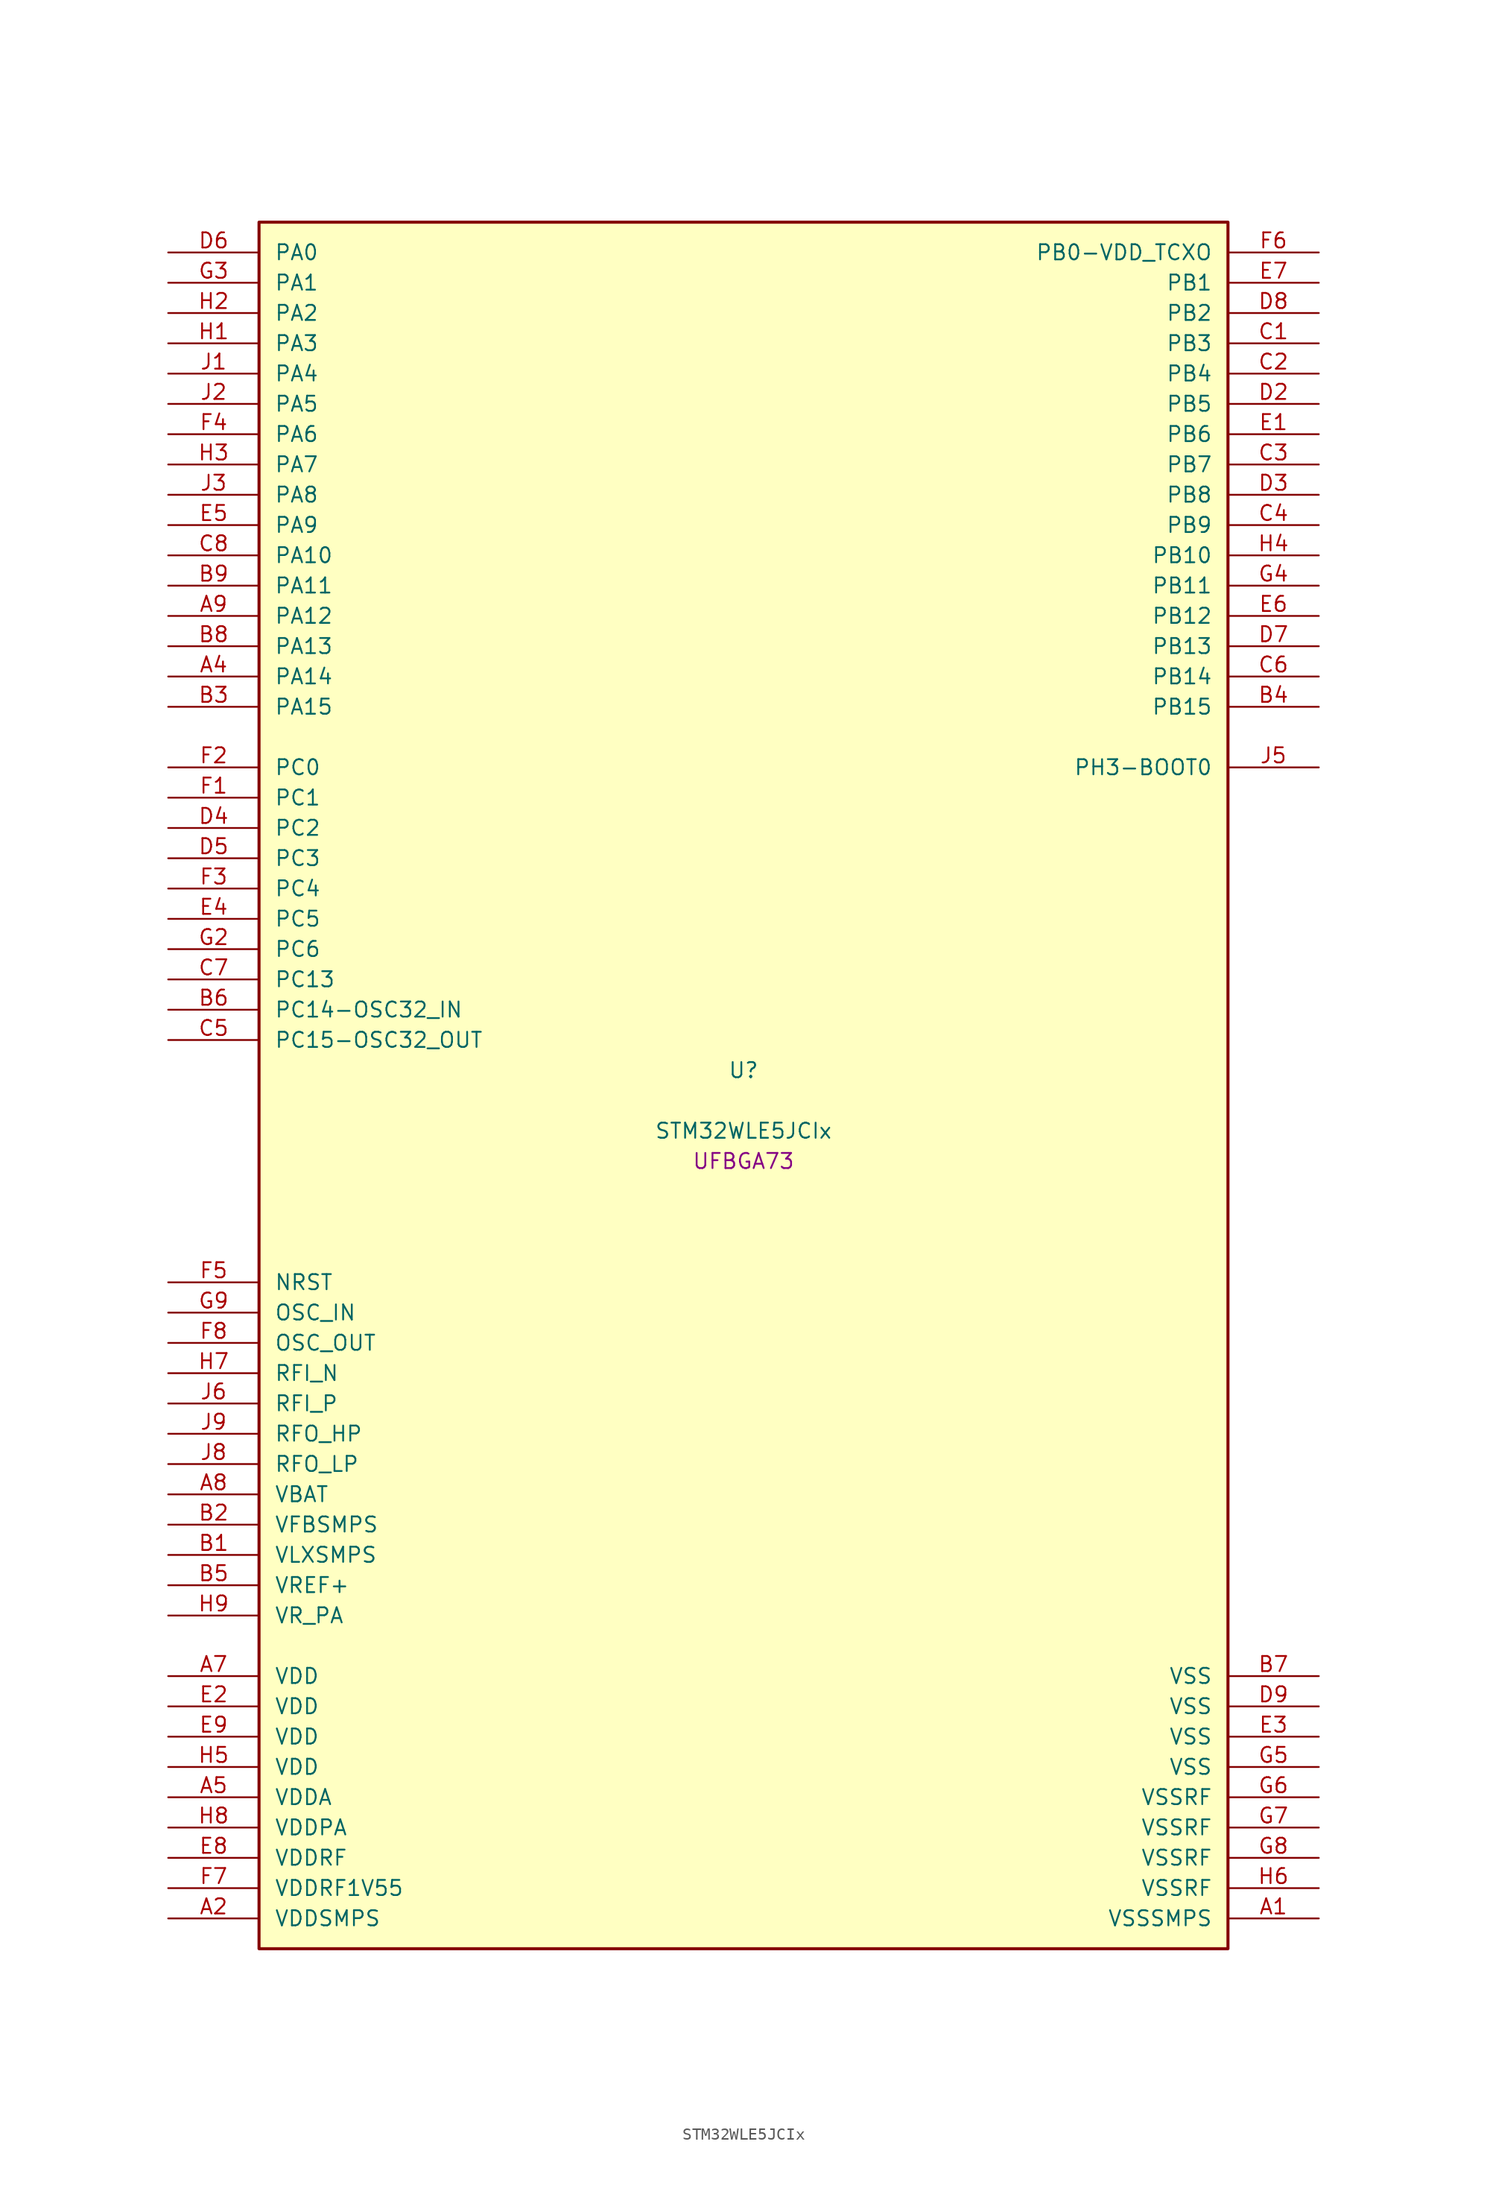
<source format=kicad_sym>
(kicad_symbol_lib
  (version 20241209)
  (generator "stm32_pkl_generator")
  (generator_version "1.0")
  (symbol "STM32WLE5JCIx"
    (pin_names
      (offset 1.27))
    (property "Reference" "U"
      (at 0 2.54 0))
    (property "Value" "STM32WLE5JCIx"
      (at 0 -2.54 0))
    (property "Footprint" "UFBGA73"
      (at 0 -5.08 0))
    (symbol "STM32WLE5JCIx_1_1"
      (rectangle (start -40.64 73.66) (end 40.64 -71.12) (stroke (width 0.254) (type solid)) (fill (type background)))
      (pin bidirectional line (at -48.26 71.12 0) (length 7.62) (name "PA0") (number "D6") (alternate "PA0/COMP1_OUT" bidirectional line) (alternate "PA0/DEBUG_PWR-REGLP1S" bidirectional line) (alternate "PA0/I2C3_SMBA" bidirectional line) (alternate "PA0/I2S_CKIN" bidirectional line) (alternate "PA0/PWR_WKUP1" bidirectional line) (alternate "PA0/RTC_TAMP_IN2" bidirectional line) (alternate "PA0/TIM2_CH1" bidirectional line) (alternate "PA0/TIM2_ETR" bidirectional line) (alternate "PA0/USART2_CTS" bidirectional line) (alternate "PA0/USART2_NSS" bidirectional line))
      (pin bidirectional line (at -48.26 68.58 0) (length 7.62) (name "PA1") (number "G3") (alternate "PA1/DEBUG_PWR-REGLP2S" bidirectional line) (alternate "PA1/I2C1_SMBA" bidirectional line) (alternate "PA1/LPTIM3_OUT" bidirectional line) (alternate "PA1/LPUART1_RTS" bidirectional line) (alternate "PA1/SPI1_SCK" bidirectional line) (alternate "PA1/TIM2_CH2" bidirectional line) (alternate "PA1/USART2_DE" bidirectional line) (alternate "PA1/USART2_RTS" bidirectional line))
      (pin bidirectional line (at -48.26 66.04 0) (length 7.62) (name "PA2") (number "H2") (alternate "PA2/COMP2_OUT" bidirectional line) (alternate "PA2/DEBUG_PWR-LDORDY" bidirectional line) (alternate "PA2/LPUART1_TX" bidirectional line) (alternate "PA2/RCC_LSCO" bidirectional line) (alternate "PA2/TIM2_CH3" bidirectional line) (alternate "PA2/USART2_TX" bidirectional line))
      (pin bidirectional line (at -48.26 63.5 0) (length 7.62) (name "PA3") (number "H1") (alternate "PA3/I2S2_MCK" bidirectional line) (alternate "PA3/LPUART1_RX" bidirectional line) (alternate "PA3/TIM2_CH4" bidirectional line) (alternate "PA3/USART2_RX" bidirectional line))
      (pin bidirectional line (at -48.26 60.96 0) (length 7.62) (name "PA4") (number "J1") (alternate "PA4/DEBUG_SUBGHZSPI-NSSOUT" bidirectional line) (alternate "PA4/LPTIM1_OUT" bidirectional line) (alternate "PA4/LPTIM2_OUT" bidirectional line) (alternate "PA4/RTC_OUT2" bidirectional line) (alternate "PA4/SPI1_NSS" bidirectional line) (alternate "PA4/USART2_CK" bidirectional line))
      (pin bidirectional line (at -48.26 58.42 0) (length 7.62) (name "PA5") (number "J2") (alternate "PA5/DEBUG_SUBGHZSPI-SCKOUT" bidirectional line) (alternate "PA5/LPTIM2_ETR" bidirectional line) (alternate "PA5/SPI1_SCK" bidirectional line) (alternate "PA5/SPI2_MISO" bidirectional line) (alternate "PA5/TIM2_CH1" bidirectional line) (alternate "PA5/TIM2_ETR" bidirectional line))
      (pin bidirectional line (at -48.26 55.88 0) (length 7.62) (name "PA6") (number "F4") (alternate "PA6/DEBUG_SUBGHZSPI-MISOOUT" bidirectional line) (alternate "PA6/I2C2_SMBA" bidirectional line) (alternate "PA6/LPUART1_CTS" bidirectional line) (alternate "PA6/SPI1_MISO" bidirectional line) (alternate "PA6/TIM16_CH1" bidirectional line) (alternate "PA6/TIM1_BKIN" bidirectional line))
      (pin bidirectional line (at -48.26 53.34 0) (length 7.62) (name "PA7") (number "H3") (alternate "PA7/COMP2_OUT" bidirectional line) (alternate "PA7/DEBUG_SUBGHZSPI-MOSIOUT" bidirectional line) (alternate "PA7/I2C3_SCL" bidirectional line) (alternate "PA7/SPI1_MOSI" bidirectional line) (alternate "PA7/TIM17_CH1" bidirectional line) (alternate "PA7/TIM1_CH1N" bidirectional line))
      (pin bidirectional line (at -48.26 50.8 0) (length 7.62) (name "PA8") (number "J3") (alternate "PA8/I2S2_CK" bidirectional line) (alternate "PA8/LPTIM2_OUT" bidirectional line) (alternate "PA8/RCC_MCO" bidirectional line) (alternate "PA8/SPI2_SCK" bidirectional line) (alternate "PA8/TIM1_CH1" bidirectional line) (alternate "PA8/USART1_CK" bidirectional line))
      (pin bidirectional line (at -48.26 48.26 0) (length 7.62) (name "PA9") (number "E5") (alternate "PA9/DAC_EXTI9" bidirectional line) (alternate "PA9/I2C1_SCL" bidirectional line) (alternate "PA9/I2S2_CK" bidirectional line) (alternate "PA9/I2S2_WS" bidirectional line) (alternate "PA9/SPI2_NSS" bidirectional line) (alternate "PA9/SPI2_SCK" bidirectional line) (alternate "PA9/TIM1_CH2" bidirectional line) (alternate "PA9/USART1_TX" bidirectional line))
      (pin bidirectional line (at -48.26 45.72 0) (length 7.62) (name "PA10") (number "C8") (alternate "PA10/ADC_IN6" bidirectional line) (alternate "PA10/COMP1_INM" bidirectional line) (alternate "PA10/COMP2_INM" bidirectional line) (alternate "PA10/DAC_OUT1" bidirectional line) (alternate "PA10/DEBUG_RF-HSE32RDY" bidirectional line) (alternate "PA10/I2C1_SDA" bidirectional line) (alternate "PA10/I2S2_SD" bidirectional line) (alternate "PA10/RTC_REFIN" bidirectional line) (alternate "PA10/SPI2_MOSI" bidirectional line) (alternate "PA10/TIM17_BKIN" bidirectional line) (alternate "PA10/TIM1_CH3" bidirectional line) (alternate "PA10/USART1_RX" bidirectional line))
      (pin bidirectional line (at -48.26 43.18 0) (length 7.62) (name "PA11") (number "B9") (alternate "PA11/ADC_EXTI11" bidirectional line) (alternate "PA11/ADC_IN7" bidirectional line) (alternate "PA11/COMP1_INM" bidirectional line) (alternate "PA11/COMP2_INM" bidirectional line) (alternate "PA11/DEBUG_RF-NRESET" bidirectional line) (alternate "PA11/I2C2_SDA" bidirectional line) (alternate "PA11/LPTIM3_ETR" bidirectional line) (alternate "PA11/SPI1_MISO" bidirectional line) (alternate "PA11/TIM1_BKIN2" bidirectional line) (alternate "PA11/TIM1_CH4" bidirectional line) (alternate "PA11/USART1_CTS" bidirectional line) (alternate "PA11/USART1_NSS" bidirectional line))
      (pin bidirectional line (at -48.26 40.64 0) (length 7.62) (name "PA12") (number "A9") (alternate "PA12/ADC_IN8" bidirectional line) (alternate "PA12/DEBUG_RF-BUSY" bidirectional line) (alternate "PA12/I2C2_SCL" bidirectional line) (alternate "PA12/LPTIM3_IN1" bidirectional line) (alternate "PA12/SPI1_MOSI" bidirectional line) (alternate "PA12/TIM1_ETR" bidirectional line) (alternate "PA12/USART1_DE" bidirectional line) (alternate "PA12/USART1_RTS" bidirectional line))
      (pin bidirectional line (at -48.26 38.1 0) (length 7.62) (name "PA13") (number "B8") (alternate "PA13/ADC_IN9" bidirectional line) (alternate "PA13/DEBUG_JTMS-SWDIO" bidirectional line) (alternate "PA13/I2C2_SMBA" bidirectional line) (alternate "PA13/IR_OUT" bidirectional line))
      (pin bidirectional line (at -48.26 35.56 0) (length 7.62) (name "PA14") (number "A4") (alternate "PA14/ADC_IN10" bidirectional line) (alternate "PA14/DEBUG_JTCK-SWCLK" bidirectional line) (alternate "PA14/I2C1_SMBA" bidirectional line) (alternate "PA14/LPTIM1_OUT" bidirectional line))
      (pin bidirectional line (at -48.26 33.02 0) (length 7.62) (name "PA15") (number "B3") (alternate "PA15/ADC_IN11" bidirectional line) (alternate "PA15/COMP1_INM" bidirectional line) (alternate "PA15/COMP2_INP" bidirectional line) (alternate "PA15/DEBUG_JTDI" bidirectional line) (alternate "PA15/I2C2_SDA" bidirectional line) (alternate "PA15/SPI1_NSS" bidirectional line) (alternate "PA15/TIM2_CH1" bidirectional line) (alternate "PA15/TIM2_ETR" bidirectional line))
      (pin bidirectional line (at 48.26 71.12 180) (length 7.62) (name "PB0-VDD_TCXO") (number "F6") (alternate "PB0-VDD_TCXO/COMP1_OUT" bidirectional line) (alternate "PB0-VDD_TCXO/VDDTCXO" bidirectional line))
      (pin bidirectional line (at 48.26 68.58 180) (length 7.62) (name "PB1") (number "E7") (alternate "PB1/ADC_IN5" bidirectional line) (alternate "PB1/COMP2_INP" bidirectional line) (alternate "PB1/LPTIM2_IN1" bidirectional line) (alternate "PB1/LPUART1_DE" bidirectional line) (alternate "PB1/LPUART1_RTS" bidirectional line))
      (pin bidirectional line (at 48.26 66.04 180) (length 7.62) (name "PB2") (number "D8") (alternate "PB2/ADC_IN4" bidirectional line) (alternate "PB2/COMP1_INP" bidirectional line) (alternate "PB2/COMP2_INM" bidirectional line) (alternate "PB2/DEBUG_RF-SMPSRDY" bidirectional line) (alternate "PB2/I2C3_SMBA" bidirectional line) (alternate "PB2/LPTIM1_OUT" bidirectional line) (alternate "PB2/SPI1_NSS" bidirectional line))
      (pin bidirectional line (at 48.26 63.5 180) (length 7.62) (name "PB3") (number "C1") (alternate "PB3/ADC_IN2" bidirectional line) (alternate "PB3/COMP1_INM" bidirectional line) (alternate "PB3/COMP2_INM" bidirectional line) (alternate "PB3/DEBUG_JTDO-SWO" bidirectional line) (alternate "PB3/DEBUG_RF-DTB1" bidirectional line) (alternate "PB3/PWR_WKUP3" bidirectional line) (alternate "PB3/RTC_TAMP_IN3" bidirectional line) (alternate "PB3/SPI1_SCK" bidirectional line) (alternate "PB3/TIM2_CH2" bidirectional line) (alternate "PB3/USART1_DE" bidirectional line) (alternate "PB3/USART1_RTS" bidirectional line))
      (pin bidirectional line (at 48.26 60.96 180) (length 7.62) (name "PB4") (number "C2") (alternate "PB4/ADC_IN3" bidirectional line) (alternate "PB4/COMP1_INP" bidirectional line) (alternate "PB4/COMP2_INP" bidirectional line) (alternate "PB4/DEBUG_JTRST" bidirectional line) (alternate "PB4/DEBUG_RF-LDORDY" bidirectional line) (alternate "PB4/I2C3_SDA" bidirectional line) (alternate "PB4/SPI1_MISO" bidirectional line) (alternate "PB4/TIM17_BKIN" bidirectional line) (alternate "PB4/USART1_CTS" bidirectional line) (alternate "PB4/USART1_NSS" bidirectional line))
      (pin bidirectional line (at 48.26 58.42 180) (length 7.62) (name "PB5") (number "D2") (alternate "PB5/COMP2_OUT" bidirectional line) (alternate "PB5/I2C1_SMBA" bidirectional line) (alternate "PB5/LPTIM1_IN1" bidirectional line) (alternate "PB5/SPI1_MOSI" bidirectional line) (alternate "PB5/TIM16_BKIN" bidirectional line) (alternate "PB5/USART1_CK" bidirectional line))
      (pin bidirectional line (at 48.26 55.88 180) (length 7.62) (name "PB6") (number "E1") (alternate "PB6/I2C1_SCL" bidirectional line) (alternate "PB6/LPTIM1_ETR" bidirectional line) (alternate "PB6/TIM16_CH1N" bidirectional line) (alternate "PB6/USART1_TX" bidirectional line))
      (pin bidirectional line (at 48.26 53.34 180) (length 7.62) (name "PB7") (number "C3") (alternate "PB7/I2C1_SDA" bidirectional line) (alternate "PB7/LPTIM1_IN2" bidirectional line) (alternate "PB7/PWR_PVD_IN" bidirectional line) (alternate "PB7/TIM17_CH1N" bidirectional line) (alternate "PB7/TIM1_BKIN" bidirectional line) (alternate "PB7/USART1_RX" bidirectional line))
      (pin bidirectional line (at 48.26 50.8 180) (length 7.62) (name "PB8") (number "D3") (alternate "PB8/I2C1_SCL" bidirectional line) (alternate "PB8/TIM16_CH1" bidirectional line) (alternate "PB8/TIM1_CH2N" bidirectional line))
      (pin bidirectional line (at 48.26 48.26 180) (length 7.62) (name "PB9") (number "C4") (alternate "PB9/DAC_EXTI9" bidirectional line) (alternate "PB9/I2C1_SDA" bidirectional line) (alternate "PB9/I2S2_WS" bidirectional line) (alternate "PB9/IR_OUT" bidirectional line) (alternate "PB9/SPI2_NSS" bidirectional line) (alternate "PB9/TIM17_CH1" bidirectional line) (alternate "PB9/TIM1_CH3N" bidirectional line))
      (pin bidirectional line (at 48.26 45.72 180) (length 7.62) (name "PB10") (number "H4") (alternate "PB10/COMP1_OUT" bidirectional line) (alternate "PB10/I2C3_SCL" bidirectional line) (alternate "PB10/I2S2_CK" bidirectional line) (alternate "PB10/LPUART1_RX" bidirectional line) (alternate "PB10/SPI2_SCK" bidirectional line) (alternate "PB10/TIM2_CH3" bidirectional line))
      (pin bidirectional line (at 48.26 43.18 180) (length 7.62) (name "PB11") (number "G4") (alternate "PB11/ADC_EXTI11" bidirectional line) (alternate "PB11/COMP2_OUT" bidirectional line) (alternate "PB11/I2C3_SDA" bidirectional line) (alternate "PB11/LPUART1_TX" bidirectional line) (alternate "PB11/TIM2_CH4" bidirectional line))
      (pin bidirectional line (at 48.26 40.64 180) (length 7.62) (name "PB12") (number "E6") (alternate "PB12/I2C3_SMBA" bidirectional line) (alternate "PB12/I2S2_WS" bidirectional line) (alternate "PB12/LPUART1_RTS" bidirectional line) (alternate "PB12/SPI2_NSS" bidirectional line) (alternate "PB12/TIM1_BKIN" bidirectional line))
      (pin bidirectional line (at 48.26 38.1 180) (length 7.62) (name "PB13") (number "D7") (alternate "PB13/ADC_IN0" bidirectional line) (alternate "PB13/I2C3_SCL" bidirectional line) (alternate "PB13/I2S2_CK" bidirectional line) (alternate "PB13/LPUART1_CTS" bidirectional line) (alternate "PB13/SPI2_SCK" bidirectional line) (alternate "PB13/TIM1_CH1N" bidirectional line))
      (pin bidirectional line (at 48.26 35.56 180) (length 7.62) (name "PB14") (number "C6") (alternate "PB14/ADC_IN1" bidirectional line) (alternate "PB14/I2C3_SDA" bidirectional line) (alternate "PB14/I2S2_MCK" bidirectional line) (alternate "PB14/SPI2_MISO" bidirectional line) (alternate "PB14/TIM1_CH2N" bidirectional line))
      (pin bidirectional line (at 48.26 33.02 180) (length 7.62) (name "PB15") (number "B4") (alternate "PB15/I2C2_SCL" bidirectional line) (alternate "PB15/I2S2_SD" bidirectional line) (alternate "PB15/SPI2_MOSI" bidirectional line) (alternate "PB15/TIM1_CH3N" bidirectional line))
      (pin bidirectional line (at -48.26 27.94 0) (length 7.62) (name "PC0") (number "F2") (alternate "PC0/I2C3_SCL" bidirectional line) (alternate "PC0/LPTIM1_IN1" bidirectional line) (alternate "PC0/LPTIM2_IN1" bidirectional line) (alternate "PC0/LPUART1_RX" bidirectional line))
      (pin bidirectional line (at -48.26 25.4 0) (length 7.62) (name "PC1") (number "F1") (alternate "PC1/I2C3_SDA" bidirectional line) (alternate "PC1/I2S2_SD" bidirectional line) (alternate "PC1/LPTIM1_OUT" bidirectional line) (alternate "PC1/LPUART1_TX" bidirectional line) (alternate "PC1/SPI2_MOSI" bidirectional line))
      (pin bidirectional line (at -48.26 22.86 0) (length 7.62) (name "PC2") (number "D4") (alternate "PC2/LPTIM1_IN2" bidirectional line) (alternate "PC2/SPI2_MISO" bidirectional line))
      (pin bidirectional line (at -48.26 20.32 0) (length 7.62) (name "PC3") (number "D5") (alternate "PC3/I2S2_SD" bidirectional line) (alternate "PC3/LPTIM1_ETR" bidirectional line) (alternate "PC3/LPTIM2_ETR" bidirectional line) (alternate "PC3/SPI2_MOSI" bidirectional line))
      (pin bidirectional line (at -48.26 17.78 0) (length 7.62) (name "PC4") (number "F3"))
      (pin bidirectional line (at -48.26 15.24 0) (length 7.62) (name "PC5") (number "E4"))
      (pin bidirectional line (at -48.26 12.7 0) (length 7.62) (name "PC6") (number "G2") (alternate "PC6/I2S2_MCK" bidirectional line))
      (pin bidirectional line (at -48.26 10.16 0) (length 7.62) (name "PC13") (number "C7") (alternate "PC13/PWR_WKUP2" bidirectional line) (alternate "PC13/RTC_OUT1" bidirectional line) (alternate "PC13/RTC_TAMP_IN1" bidirectional line) (alternate "PC13/RTC_TS" bidirectional line))
      (pin bidirectional line (at -48.26 7.62 0) (length 7.62) (name "PC14-OSC32_IN") (number "B6") (alternate "PC14-OSC32_IN/RCC_OSC32_IN" bidirectional line))
      (pin bidirectional line (at -48.26 5.08 0) (length 7.62) (name "PC15-OSC32_OUT") (number "C5") (alternate "PC15-OSC32_OUT/RCC_OSC32_OUT" bidirectional line))
      (pin bidirectional line (at 48.26 27.94 180) (length 7.62) (name "PH3-BOOT0") (number "J5"))
      (pin input line (at -48.26 -15.24 0) (length 7.62) (name "NRST") (number "F5"))
      (pin bidirectional line (at -48.26 -17.78 0) (length 7.62) (name "OSC_IN") (number "G9") (alternate "OSC_IN/RCC_OSC_IN" bidirectional line))
      (pin bidirectional line (at -48.26 -20.32 0) (length 7.62) (name "OSC_OUT") (number "F8") (alternate "OSC_OUT/RCC_OSC_OUT" bidirectional line))
      (pin bidirectional line (at -48.26 -22.86 0) (length 7.62) (name "RFI_N") (number "H7"))
      (pin bidirectional line (at -48.26 -25.4 0) (length 7.62) (name "RFI_P") (number "J6"))
      (pin bidirectional line (at -48.26 -27.94 0) (length 7.62) (name "RFO_HP") (number "J9"))
      (pin bidirectional line (at -48.26 -30.48 0) (length 7.62) (name "RFO_LP") (number "J8"))
      (pin power_in line (at -48.26 -33.02 0) (length 7.62) (name "VBAT") (number "A8"))
      (pin power_in line (at -48.26 -35.56 0) (length 7.62) (name "VFBSMPS") (number "B2"))
      (pin power_in line (at -48.26 -38.1 0) (length 7.62) (name "VLXSMPS") (number "B1"))
      (pin bidirectional line (at -48.26 -40.64 0) (length 7.62) (name "VREF+") (number "B5") (alternate "VREF+/VREFBUF_OUT" bidirectional line))
      (pin power_in line (at -48.26 -43.18 0) (length 7.62) (name "VR_PA") (number "H9"))
      (pin power_in line (at -48.26 -48.26 0) (length 7.62) (name "VDD") (number "A7"))
      (pin power_in line (at -48.26 -50.8 0) (length 7.62) (name "VDD") (number "E2"))
      (pin power_in line (at -48.26 -53.34 0) (length 7.62) (name "VDD") (number "E9"))
      (pin power_in line (at -48.26 -55.88 0) (length 7.62) (name "VDD") (number "H5"))
      (pin power_in line (at -48.26 -58.42 0) (length 7.62) (name "VDDA") (number "A5"))
      (pin power_in line (at -48.26 -60.96 0) (length 7.62) (name "VDDPA") (number "H8"))
      (pin power_in line (at -48.26 -63.5 0) (length 7.62) (name "VDDRF") (number "E8"))
      (pin power_in line (at -48.26 -66.04 0) (length 7.62) (name "VDDRF1V55") (number "F7"))
      (pin power_in line (at -48.26 -68.58 0) (length 7.62) (name "VDDSMPS") (number "A2"))
      (pin power_in line (at 48.26 -48.26 180) (length 7.62) (name "VSS") (number "B7"))
      (pin power_in line (at 48.26 -50.8 180) (length 7.62) (name "VSS") (number "D9"))
      (pin power_in line (at 48.26 -53.34 180) (length 7.62) (name "VSS") (number "E3"))
      (pin power_in line (at 48.26 -55.88 180) (length 7.62) (name "VSS") (number "G5"))
      (pin power_in line (at 48.26 -58.42 180) (length 7.62) (name "VSSRF") (number "G6"))
      (pin power_in line (at 48.26 -60.96 180) (length 7.62) (name "VSSRF") (number "G7"))
      (pin power_in line (at 48.26 -63.5 180) (length 7.62) (name "VSSRF") (number "G8"))
      (pin power_in line (at 48.26 -66.04 180) (length 7.62) (name "VSSRF") (number "H6"))
      (pin power_in line (at 48.26 -68.58 180) (length 7.62) (name "VSSSMPS") (number "A1")))))
</source>
